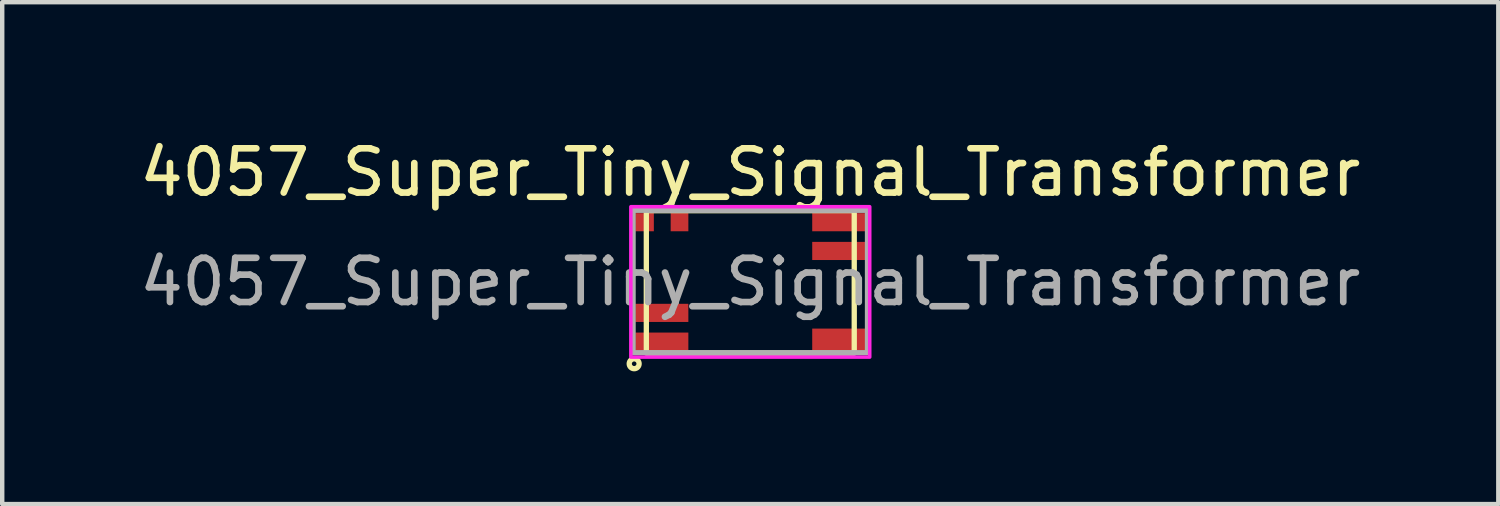
<source format=kicad_pcb>
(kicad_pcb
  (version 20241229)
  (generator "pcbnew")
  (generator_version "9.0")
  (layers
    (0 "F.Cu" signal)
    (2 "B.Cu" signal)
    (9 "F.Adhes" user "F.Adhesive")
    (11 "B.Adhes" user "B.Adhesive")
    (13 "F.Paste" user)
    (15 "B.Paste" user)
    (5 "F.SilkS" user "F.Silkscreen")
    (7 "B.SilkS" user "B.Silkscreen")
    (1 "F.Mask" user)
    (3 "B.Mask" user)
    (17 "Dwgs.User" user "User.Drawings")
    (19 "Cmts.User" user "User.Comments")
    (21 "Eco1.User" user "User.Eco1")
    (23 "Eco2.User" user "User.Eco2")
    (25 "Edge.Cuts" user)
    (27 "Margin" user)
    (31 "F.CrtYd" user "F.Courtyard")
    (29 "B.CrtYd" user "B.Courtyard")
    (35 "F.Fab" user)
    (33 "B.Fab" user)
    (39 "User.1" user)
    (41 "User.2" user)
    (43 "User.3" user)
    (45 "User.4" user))
  (footprint "4057_Super_Tiny_Signal_Transformer"
    (layer "F.Cu")
    (at 13.911 3.323)
    (property "Reference" "4057_Super_Tiny_Signal_Transformer" (at 0 -2.475 0) (layer "F.SilkS") (effects (font (size 1 1) (thickness 0.15))))
    (attr smd)
    (fp_rect (start -2.35 -1.61) (end 2.35 1.61) (stroke (width 0.12) (type solid)) (fill no) (layer "F.SilkS"))
    (fp_circle (center -2.625 1.85) (end -2.525 1.8) (stroke (width 0.12) (type solid)) (fill no) (layer "F.SilkS"))
    (fp_rect (start -2.7 -1.7) (end 2.7 1.7) (stroke (width 0.08) (type solid)) (fill no) (layer "F.CrtYd"))
    (fp_rect (start -2.65 -1.62) (end 2.65 1.6) (stroke (width 0.12) (type solid)) (fill no) (layer "F.Fab"))
    (fp_text user "${REFERENCE}" (at 0 0 0) (layer "F.Fab") (effects (font (size 1 1) (thickness 0.15))))
    (pad "1" smd rect (at -2 1.35) (size 1.2 0.41) (layers "F.Cu" "F.Mask" "F.Paste"))
    (pad "2" smd rect (at -2 0.7) (size 1.2 0.41) (layers "F.Cu" "F.Mask" "F.Paste"))
    (pad "3" smd rect (at -2.39 -1.35) (size 0.42 0.41) (layers "F.Cu" "F.Mask" "F.Paste"))
    (pad "4" smd rect (at -1.6 -1.35) (size 0.4 0.41) (layers "F.Cu" "F.Mask" "F.Paste"))
    (pad "5" smd rect (at 2 1.305) (size 1.2 0.5) (layers "F.Cu" "F.Mask" "F.Paste"))
    (pad "6" smd rect (at 2 -0.7) (size 1.2 0.41) (layers "F.Cu" "F.Mask" "F.Paste"))
    (pad "7" smd rect (at 2 -1.35) (size 1.2 0.41) (layers "F.Cu" "F.Mask" "F.Paste")))
  (gr_rect
    (start -3 -3)
    (end 30.821 8.345)
    (stroke (width 0.1) (type default))
    (fill no)
    (layer "Edge.Cuts")))
</source>
